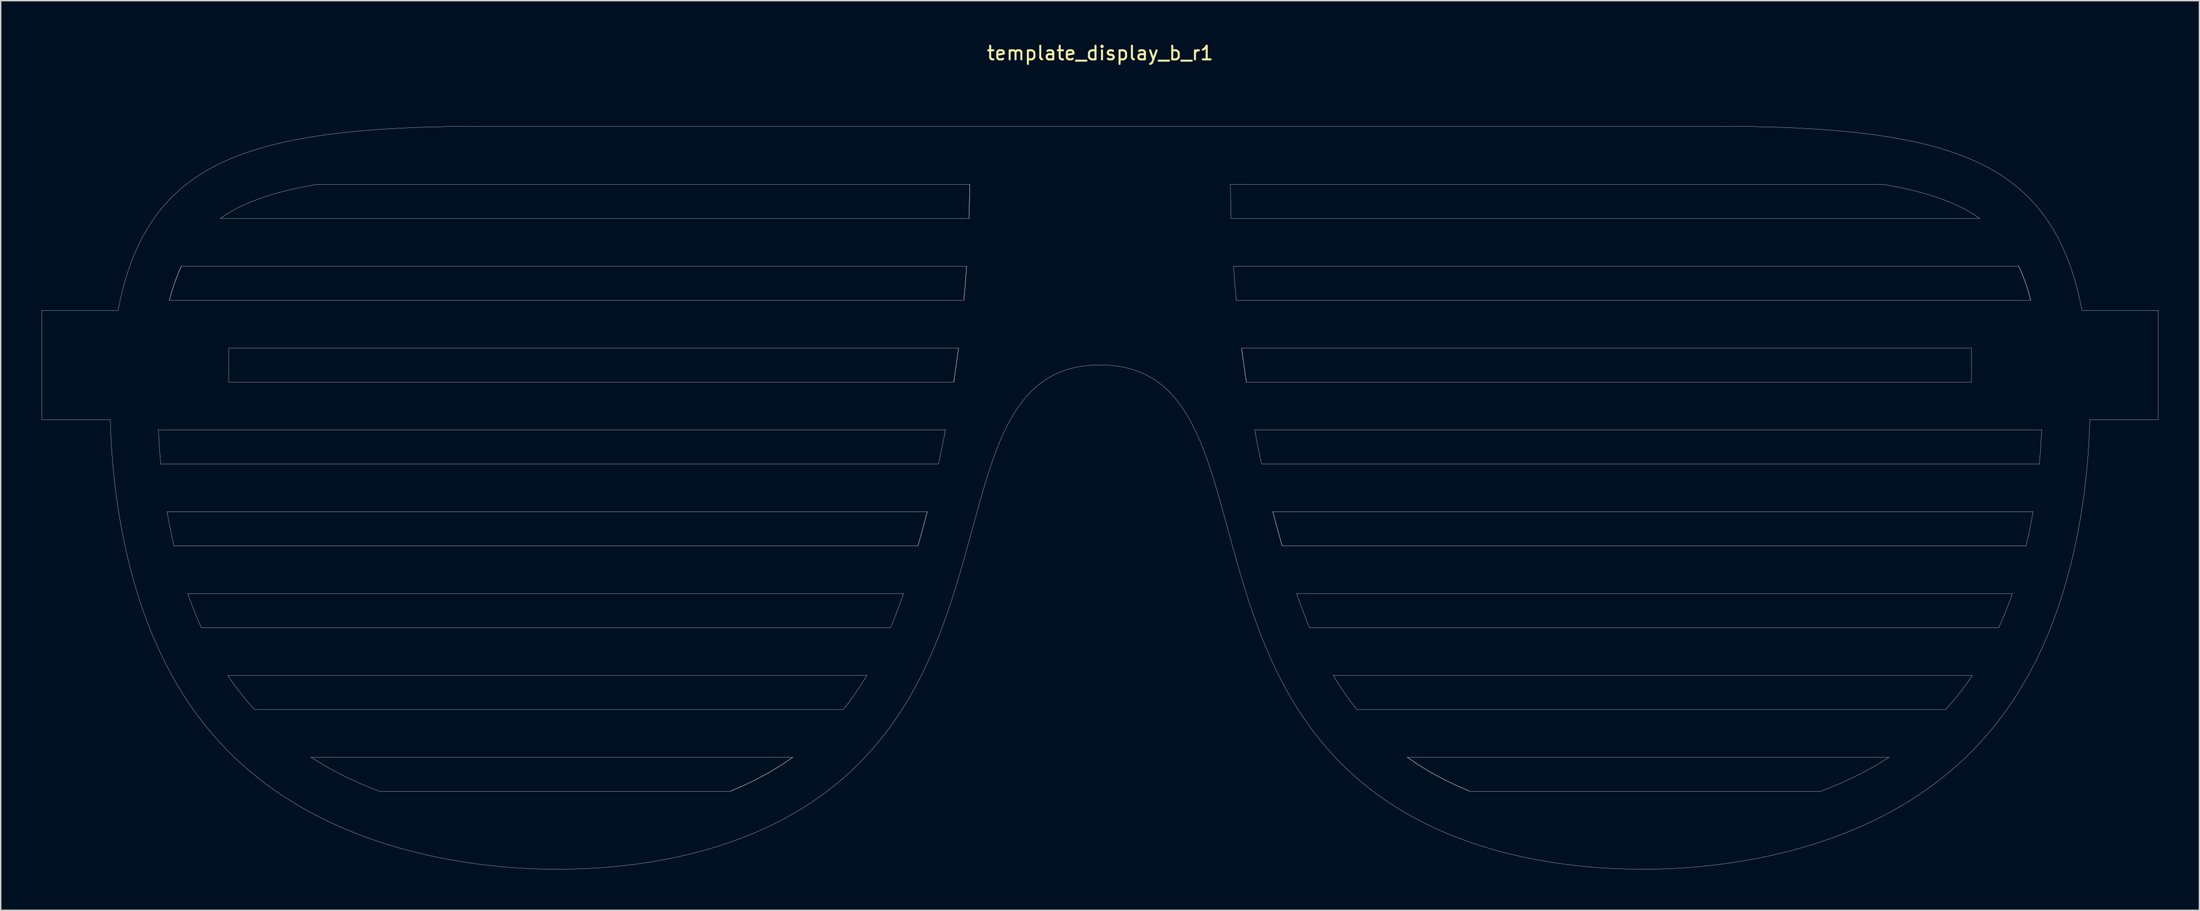
<source format=kicad_pcb>
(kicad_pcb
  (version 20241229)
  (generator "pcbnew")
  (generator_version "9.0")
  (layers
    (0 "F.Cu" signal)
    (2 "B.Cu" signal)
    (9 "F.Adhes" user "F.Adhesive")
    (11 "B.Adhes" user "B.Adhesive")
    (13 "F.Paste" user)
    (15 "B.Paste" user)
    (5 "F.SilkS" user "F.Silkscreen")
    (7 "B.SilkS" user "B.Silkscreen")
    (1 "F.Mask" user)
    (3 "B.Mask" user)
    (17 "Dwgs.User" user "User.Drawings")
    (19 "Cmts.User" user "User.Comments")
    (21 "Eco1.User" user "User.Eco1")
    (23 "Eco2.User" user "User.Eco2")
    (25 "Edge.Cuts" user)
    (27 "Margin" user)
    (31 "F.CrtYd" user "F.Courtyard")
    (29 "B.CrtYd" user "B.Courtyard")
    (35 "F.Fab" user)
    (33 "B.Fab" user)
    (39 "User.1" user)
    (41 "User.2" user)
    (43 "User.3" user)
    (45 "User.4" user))
  (footprint "template_display_b_r1"
    (layer "F.Cu")
    (at 77.51 23.708)
    (property "Reference" "template_display_b_r1" (at 0 -22.86 0) (unlocked yes) (layer "F.SilkS") (effects (font (size 1 1) (thickness 0.15))))
    (attr board_only exclude_from_pos_files exclude_from_bom)
    (fp_line (start -77.5 -4) (end -77.5 4) (stroke (width 0.02) (type solid)) (layer "Edge.Cuts"))
    (fp_line (start -77.5 4) (end -72.483 4) (stroke (width 0.02) (type solid)) (layer "Edge.Cuts"))
    (fp_line (start -71.913 -4) (end -77.5 -4) (stroke (width 0.02) (type solid)) (layer "Edge.Cuts"))
    (fp_line (start -68.957 4.75) (end -11.318 4.75) (stroke (width 0.02) (type solid)) (layer "Edge.Cuts"))
    (fp_line (start -68.326 10.75) (end -12.655 10.75) (stroke (width 0.02) (type solid)) (layer "Edge.Cuts"))
    (fp_line (start -67.275 -7.25) (end -9.772 -7.25) (stroke (width 0.02) (type solid)) (layer "Edge.Cuts"))
    (fp_line (start -66.814 16.75) (end -14.395 16.75) (stroke (width 0.02) (type solid)) (layer "Edge.Cuts"))
    (fp_line (start -63.886 22.75) (end -17.074 22.75) (stroke (width 0.02) (type solid)) (layer "Edge.Cuts"))
    (fp_line (start -63.81 -1.25) (end -10.36 -1.25) (stroke (width 0.02) (type solid)) (layer "Edge.Cuts"))
    (fp_line (start -63.81 1.25) (end -63.81 -1.25) (stroke (width 0.02) (type solid)) (layer "Edge.Cuts"))
    (fp_line (start -57.793 28.75) (end -22.499 28.75) (stroke (width 0.02) (type solid)) (layer "Edge.Cuts"))
    (fp_line (start -57.264 -13.25) (end -9.547 -13.25) (stroke (width 0.02) (type solid)) (layer "Edge.Cuts"))
    (fp_line (start -27.089 31.25) (end -52.777 31.25) (stroke (width 0.02) (type solid)) (layer "Edge.Cuts"))
    (fp_line (start -18.801 25.25) (end -61.932 25.25) (stroke (width 0.02) (type solid)) (layer "Edge.Cuts"))
    (fp_line (start -15.335 19.25) (end -65.82 19.25) (stroke (width 0.02) (type solid)) (layer "Edge.Cuts"))
    (fp_line (start -13.329 13.25) (end -67.82 13.25) (stroke (width 0.02) (type solid)) (layer "Edge.Cuts"))
    (fp_line (start -11.828 7.25) (end -68.788 7.25) (stroke (width 0.02) (type solid)) (layer "Edge.Cuts"))
    (fp_line (start -10.714 1.25) (end -63.81 1.25) (stroke (width 0.02) (type solid)) (layer "Edge.Cuts"))
    (fp_line (start -10.36 -1.25) (end -10.714 1.25) (stroke (width 0.02) (type solid)) (layer "Edge.Cuts"))
    (fp_line (start -9.973 -4.75) (end -68.158 -4.75) (stroke (width 0.02) (type solid)) (layer "Edge.Cuts"))
    (fp_line (start -9.597 -10.75) (end -64.416 -10.75) (stroke (width 0.02) (type solid)) (layer "Edge.Cuts"))
    (fp_line (start 9.547 -13.25) (end 57.264 -13.25) (stroke (width 0.02) (type solid)) (layer "Edge.Cuts"))
    (fp_line (start 9.772 -7.25) (end 67.275 -7.25) (stroke (width 0.02) (type solid)) (layer "Edge.Cuts"))
    (fp_line (start 10.36 -1.25) (end 10.714 1.25) (stroke (width 0.02) (type solid)) (layer "Edge.Cuts"))
    (fp_line (start 10.714 1.25) (end 63.81 1.25) (stroke (width 0.02) (type solid)) (layer "Edge.Cuts"))
    (fp_line (start 11.318 4.75) (end 68.957 4.75) (stroke (width 0.02) (type solid)) (layer "Edge.Cuts"))
    (fp_line (start 12.655 10.75) (end 68.326 10.75) (stroke (width 0.02) (type solid)) (layer "Edge.Cuts"))
    (fp_line (start 14.395 16.75) (end 66.814 16.75) (stroke (width 0.02) (type solid)) (layer "Edge.Cuts"))
    (fp_line (start 17.074 22.75) (end 63.886 22.75) (stroke (width 0.02) (type solid)) (layer "Edge.Cuts"))
    (fp_line (start 22.499 28.75) (end 57.793 28.75) (stroke (width 0.02) (type solid)) (layer "Edge.Cuts"))
    (fp_line (start 45 -17.5) (end -45 -17.5) (stroke (width 0.02) (type solid)) (layer "Edge.Cuts"))
    (fp_line (start 52.777 31.25) (end 27.089 31.25) (stroke (width 0.02) (type solid)) (layer "Edge.Cuts"))
    (fp_line (start 61.932 25.25) (end 18.801 25.25) (stroke (width 0.02) (type solid)) (layer "Edge.Cuts"))
    (fp_line (start 63.81 -1.25) (end 10.36 -1.25) (stroke (width 0.02) (type solid)) (layer "Edge.Cuts"))
    (fp_line (start 63.81 1.25) (end 63.81 -1.25) (stroke (width 0.02) (type solid)) (layer "Edge.Cuts"))
    (fp_line (start 64.416 -10.75) (end 9.597 -10.75) (stroke (width 0.02) (type solid)) (layer "Edge.Cuts"))
    (fp_line (start 65.82 19.25) (end 15.335 19.25) (stroke (width 0.02) (type solid)) (layer "Edge.Cuts"))
    (fp_line (start 67.82 13.25) (end 13.329 13.25) (stroke (width 0.02) (type solid)) (layer "Edge.Cuts"))
    (fp_line (start 68.158 -4.75) (end 9.973 -4.75) (stroke (width 0.02) (type solid)) (layer "Edge.Cuts"))
    (fp_line (start 68.788 7.25) (end 11.828 7.25) (stroke (width 0.02) (type solid)) (layer "Edge.Cuts"))
    (fp_line (start 72.483 4) (end 77.5 4) (stroke (width 0.02) (type solid)) (layer "Edge.Cuts"))
    (fp_line (start 77.5 -4) (end 71.913 -4) (stroke (width 0.02) (type solid)) (layer "Edge.Cuts"))
    (fp_line (start 77.5 4) (end 77.5 -4) (stroke (width 0.02) (type solid)) (layer "Edge.Cuts"))
    (fp_arc (start -12.655485 10.75) (mid -12.983999 12.002179) (end -13.328696 13.25) (stroke (width 0.02) (type solid)) (layer "Edge.Cuts"))
    (fp_arc (start -12.6552 10.749959) (mid -12.983724 12.00217) (end -13.328429 13.250024) (stroke (width 0.02) (type solid)) (layer "Edge.Cuts"))
    (fp_arc (start -11.317532 4.749961) (mid -11.564739 6.001609) (end -11.827894 7.250002) (stroke (width 0.02) (type solid)) (layer "Edge.Cuts"))
    (fp_arc (start -10.360143 -1.250001) (mid -10.529006 0.001113) (end -10.713652 1.249995) (stroke (width 0.02) (type solid)) (layer "Edge.Cuts"))
    (fp_arc (start -9.772347 -7.25) (mid -9.864838 -5.999371) (end -9.973006 -4.75) (stroke (width 0.02) (type solid)) (layer "Edge.Cuts"))
    (fp_arc (start -9.772073 -7.249997) (mid -9.864565 -5.999366) (end -9.972732 -4.749994) (stroke (width 0.02) (type solid)) (layer "Edge.Cuts"))
    (fp_arc (start -9.547087 -13.25) (mid -9.564278 -11.999844) (end -9.597101 -10.75) (stroke (width 0.02) (type solid)) (layer "Edge.Cuts"))
    (fp_arc (start -9.546813 -13.250001) (mid -9.564005 -11.999845) (end -9.596826 -10.750001) (stroke (width 0.02) (type solid)) (layer "Edge.Cuts"))
    (fp_arc (start 9.597101 -10.75) (mid 9.56428 -11.999844) (end 9.547087 -13.25) (stroke (width 0.02) (type solid)) (layer "Edge.Cuts"))
    (fp_arc (start 9.972659 -4.750776) (mid 9.864504 -6.000114) (end 9.772025 -7.25071) (stroke (width 0.02) (type solid)) (layer "Edge.Cuts"))
    (fp_arc (start 10.713697 1.250288) (mid 10.52901 0.00113) (end 10.360109 -1.250261) (stroke (width 0.02) (type solid)) (layer "Edge.Cuts"))
    (fp_arc (start 11.827931 7.250172) (mid 11.564775 6.00178) (end 11.317565 4.750132) (stroke (width 0.02) (type solid)) (layer "Edge.Cuts"))
    (fp_arc (start 13.328381 13.249856) (mid 12.983791 12.002423) (end 12.655373 10.750635) (stroke (width 0.02) (type solid)) (layer "Edge.Cuts"))
    (fp_arc (start 13.328696 13.25) (mid 12.983999 12.002179) (end 12.655485 10.75) (stroke (width 0.02) (type solid)) (layer "Edge.Cuts"))
    (fp_curve (pts (xy -72.483 4) (xy -72.432 6.152) (xy -72.243 8.332) (xy -71.918 10.466)) (stroke (width 0.02) (type solid)) (layer "Edge.Cuts"))
    (fp_curve (pts (xy -71.918 10.466) (xy -71.592 12.601) (xy -71.13 14.691) (xy -70.518 16.68)) (stroke (width 0.02) (type solid)) (layer "Edge.Cuts"))
    (fp_curve (pts (xy -70.518 16.68) (xy -69.294 20.664) (xy -67.465 24.227) (xy -64.913 27.164)) (stroke (width 0.02) (type solid)) (layer "Edge.Cuts"))
    (fp_curve (pts (xy -69.966 -9.663) (xy -70.914 -7.974) (xy -71.52 -6.059) (xy -71.913 -4)) (stroke (width 0.02) (type solid)) (layer "Edge.Cuts"))
    (fp_curve (pts (xy -68.894 5.925) (xy -68.92 5.533) (xy -68.941 5.141) (xy -68.957 4.75)) (stroke (width 0.02) (type solid)) (layer "Edge.Cuts"))
    (fp_curve (pts (xy -68.788 7.25) (xy -68.829 6.809) (xy -68.864 6.367) (xy -68.894 5.925)) (stroke (width 0.02) (type solid)) (layer "Edge.Cuts"))
    (fp_curve (pts (xy -68.158 -4.75) (xy -68.011 -5.315) (xy -67.842 -5.851) (xy -67.653 -6.352)) (stroke (width 0.02) (type solid)) (layer "Edge.Cuts"))
    (fp_curve (pts (xy -68.158 -4.75) (xy -67.919 -5.668) (xy -67.622 -6.508) (xy -67.275 -7.25)) (stroke (width 0.02) (type solid)) (layer "Edge.Cuts"))
    (fp_curve (pts (xy -67.82 13.25) (xy -68.013 12.432) (xy -68.181 11.596) (xy -68.326 10.75)) (stroke (width 0.02) (type solid)) (layer "Edge.Cuts"))
    (fp_curve (pts (xy -67.653 -6.352) (xy -67.534 -6.665) (xy -67.409 -6.964) (xy -67.275 -7.25)) (stroke (width 0.02) (type solid)) (layer "Edge.Cuts"))
    (fp_curve (pts (xy -66.622 17.287) (xy -66.687 17.11) (xy -66.751 16.931) (xy -66.814 16.75)) (stroke (width 0.02) (type solid)) (layer "Edge.Cuts"))
    (fp_curve (pts (xy -65.86 -13.99) (xy -67.72 -12.814) (xy -69.013 -11.352) (xy -69.966 -9.663)) (stroke (width 0.02) (type solid)) (layer "Edge.Cuts"))
    (fp_curve (pts (xy -65.82 19.25) (xy -66.107 18.617) (xy -66.374 17.963) (xy -66.622 17.287)) (stroke (width 0.02) (type solid)) (layer "Edge.Cuts"))
    (fp_curve (pts (xy -64.913 27.164) (xy -62.367 30.106) (xy -59.083 32.438) (xy -55.101 34.094)) (stroke (width 0.02) (type solid)) (layer "Edge.Cuts"))
    (fp_curve (pts (xy -64.416 -10.75) (xy -63.411 -11.47) (xy -62.081 -12.107) (xy -60.147 -12.637)) (stroke (width 0.02) (type solid)) (layer "Edge.Cuts"))
    (fp_curve (pts (xy -61.932 25.25) (xy -62.641 24.471) (xy -63.292 23.638) (xy -63.886 22.75)) (stroke (width 0.02) (type solid)) (layer "Edge.Cuts"))
    (fp_curve (pts (xy -60.147 -12.637) (xy -59.307 -12.87) (xy -58.345 -13.074) (xy -57.264 -13.25)) (stroke (width 0.02) (type solid)) (layer "Edge.Cuts"))
    (fp_curve (pts (xy -58.231 -16.64) (xy -61.568 -16.058) (xy -63.996 -15.167) (xy -65.86 -13.99)) (stroke (width 0.02) (type solid)) (layer "Edge.Cuts"))
    (fp_curve (pts (xy -55.101 34.094) (xy -53.113 34.922) (xy -50.955 35.582) (xy -48.662 36.061)) (stroke (width 0.02) (type solid)) (layer "Edge.Cuts"))
    (fp_curve (pts (xy -52.777 31.25) (xy -54.63 30.557) (xy -56.3 29.72) (xy -57.793 28.75)) (stroke (width 0.02) (type solid)) (layer "Edge.Cuts"))
    (fp_curve (pts (xy -48.662 36.061) (xy -46.37 36.54) (xy -43.942 36.839) (xy -41.441 36.935)) (stroke (width 0.02) (type solid)) (layer "Edge.Cuts"))
    (fp_curve (pts (xy -45 -17.5) (xy -50.641 -17.501) (xy -54.89 -17.225) (xy -58.231 -16.64)) (stroke (width 0.02) (type solid)) (layer "Edge.Cuts"))
    (fp_curve (pts (xy -41.441 36.935) (xy -38.941 37.03) (xy -36.368 36.922) (xy -33.818 36.571)) (stroke (width 0.02) (type solid)) (layer "Edge.Cuts"))
    (fp_curve (pts (xy -33.818 36.571) (xy -31.268 36.219) (xy -28.744 35.622) (xy -26.369 34.726)) (stroke (width 0.02) (type solid)) (layer "Edge.Cuts"))
    (fp_curve (pts (xy -26.435 30.976) (xy -26.651 31.07) (xy -26.869 31.162) (xy -27.089 31.25)) (stroke (width 0.02) (type solid)) (layer "Edge.Cuts"))
    (fp_curve (pts (xy -26.369 34.726) (xy -23.992 33.83) (xy -21.767 32.632) (xy -19.798 31.102)) (stroke (width 0.02) (type solid)) (layer "Edge.Cuts"))
    (fp_curve (pts (xy -22.499 28.75) (xy -23.704 29.618) (xy -25.017 30.356) (xy -26.435 30.976)) (stroke (width 0.02) (type solid)) (layer "Edge.Cuts"))
    (fp_curve (pts (xy -22.499 28.75) (xy -23.886 29.75) (xy -25.419 30.578) (xy -27.089 31.25)) (stroke (width 0.02) (type solid)) (layer "Edge.Cuts"))
    (fp_curve (pts (xy -19.798 31.102) (xy -17.826 29.575) (xy -16.114 27.713) (xy -14.695 25.552)) (stroke (width 0.02) (type solid)) (layer "Edge.Cuts"))
    (fp_curve (pts (xy -18.42 24.763) (xy -18.545 24.928) (xy -18.672 25.09) (xy -18.801 25.25)) (stroke (width 0.02) (type solid)) (layer "Edge.Cuts"))
    (fp_curve (pts (xy -17.074 22.75) (xy -17.495 23.461) (xy -17.943 24.133) (xy -18.42 24.763)) (stroke (width 0.02) (type solid)) (layer "Edge.Cuts"))
    (fp_curve (pts (xy -14.695 25.552) (xy -13.272 23.396) (xy -12.146 20.938) (xy -11.234 18.321)) (stroke (width 0.02) (type solid)) (layer "Edge.Cuts"))
    (fp_curve (pts (xy -14.449 16.91) (xy -14.727 17.718) (xy -15.022 18.499) (xy -15.336 19.25)) (stroke (width 0.02) (type solid)) (layer "Edge.Cuts"))
    (fp_curve (pts (xy -14.394 16.75) (xy -14.413 16.803) (xy -14.431 16.857) (xy -14.449 16.91)) (stroke (width 0.02) (type solid)) (layer "Edge.Cuts"))
    (fp_curve (pts (xy -11.234 18.321) (xy -10.316 15.709) (xy -9.614 12.935) (xy -8.879 10.289)) (stroke (width 0.02) (type solid)) (layer "Edge.Cuts"))
    (fp_curve (pts (xy -8.879 10.289) (xy -8.135 7.649) (xy -7.36 5.133) (xy -6.084 3.219)) (stroke (width 0.02) (type solid)) (layer "Edge.Cuts"))
    (fp_curve (pts (xy -6.084 3.219) (xy -5.444 2.264) (xy -4.674 1.463) (xy -3.691 0.897)) (stroke (width 0.02) (type solid)) (layer "Edge.Cuts"))
    (fp_curve (pts (xy -3.691 0.897) (xy -2.707 0.331) (xy -1.511 0.00029) (xy 0 0)) (stroke (width 0.02) (type solid)) (layer "Edge.Cuts"))
    (fp_curve (pts (xy 0 0) (xy 1.511 0.00029) (xy 2.707 0.331) (xy 3.691 0.897)) (stroke (width 0.02) (type solid)) (layer "Edge.Cuts"))
    (fp_curve (pts (xy 3.691 0.897) (xy 4.674 1.463) (xy 5.444 2.264) (xy 6.084 3.219)) (stroke (width 0.02) (type solid)) (layer "Edge.Cuts"))
    (fp_curve (pts (xy 6.084 3.219) (xy 7.36 5.133) (xy 8.135 7.649) (xy 8.879 10.289)) (stroke (width 0.02) (type solid)) (layer "Edge.Cuts"))
    (fp_curve (pts (xy 8.879 10.289) (xy 9.614 12.935) (xy 10.316 15.709) (xy 11.234 18.321)) (stroke (width 0.02) (type solid)) (layer "Edge.Cuts"))
    (fp_curve (pts (xy 11.234 18.321) (xy 12.146 20.938) (xy 13.272 23.396) (xy 14.695 25.552)) (stroke (width 0.02) (type solid)) (layer "Edge.Cuts"))
    (fp_curve (pts (xy 14.449 16.91) (xy 14.431 16.857) (xy 14.413 16.803) (xy 14.394 16.75)) (stroke (width 0.02) (type solid)) (layer "Edge.Cuts"))
    (fp_curve (pts (xy 14.695 25.552) (xy 16.114 27.713) (xy 17.826 29.575) (xy 19.798 31.102)) (stroke (width 0.02) (type solid)) (layer "Edge.Cuts"))
    (fp_curve (pts (xy 15.336 19.25) (xy 15.022 18.499) (xy 14.727 17.718) (xy 14.449 16.91)) (stroke (width 0.02) (type solid)) (layer "Edge.Cuts"))
    (fp_curve (pts (xy 18.42 24.763) (xy 17.943 24.133) (xy 17.495 23.461) (xy 17.074 22.75)) (stroke (width 0.02) (type solid)) (layer "Edge.Cuts"))
    (fp_curve (pts (xy 18.801 25.25) (xy 18.672 25.09) (xy 18.545 24.928) (xy 18.42 24.763)) (stroke (width 0.02) (type solid)) (layer "Edge.Cuts"))
    (fp_curve (pts (xy 19.798 31.102) (xy 21.767 32.632) (xy 23.992 33.83) (xy 26.369 34.726)) (stroke (width 0.02) (type solid)) (layer "Edge.Cuts"))
    (fp_curve (pts (xy 26.369 34.726) (xy 28.744 35.622) (xy 31.268 36.219) (xy 33.818 36.571)) (stroke (width 0.02) (type solid)) (layer "Edge.Cuts"))
    (fp_curve (pts (xy 26.435 30.976) (xy 25.017 30.356) (xy 23.704 29.618) (xy 22.499 28.75)) (stroke (width 0.02) (type solid)) (layer "Edge.Cuts"))
    (fp_curve (pts (xy 27.089 31.25) (xy 25.419 30.578) (xy 23.886 29.75) (xy 22.499 28.75)) (stroke (width 0.02) (type solid)) (layer "Edge.Cuts"))
    (fp_curve (pts (xy 27.089 31.25) (xy 26.869 31.162) (xy 26.651 31.07) (xy 26.435 30.976)) (stroke (width 0.02) (type solid)) (layer "Edge.Cuts"))
    (fp_curve (pts (xy 33.818 36.571) (xy 36.368 36.922) (xy 38.941 37.03) (xy 41.441 36.935)) (stroke (width 0.02) (type solid)) (layer "Edge.Cuts"))
    (fp_curve (pts (xy 41.441 36.935) (xy 43.942 36.839) (xy 46.37 36.54) (xy 48.662 36.061)) (stroke (width 0.02) (type solid)) (layer "Edge.Cuts"))
    (fp_curve (pts (xy 48.662 36.061) (xy 50.955 35.582) (xy 53.113 34.922) (xy 55.101 34.094)) (stroke (width 0.02) (type solid)) (layer "Edge.Cuts"))
    (fp_curve (pts (xy 55.101 34.094) (xy 59.083 32.438) (xy 62.367 30.106) (xy 64.913 27.164)) (stroke (width 0.02) (type solid)) (layer "Edge.Cuts"))
    (fp_curve (pts (xy 57.264 -13.25) (xy 58.345 -13.074) (xy 59.307 -12.87) (xy 60.147 -12.637)) (stroke (width 0.02) (type solid)) (layer "Edge.Cuts"))
    (fp_curve (pts (xy 57.793 28.75) (xy 56.3 29.72) (xy 54.63 30.557) (xy 52.777 31.25)) (stroke (width 0.02) (type solid)) (layer "Edge.Cuts"))
    (fp_curve (pts (xy 58.231 -16.64) (xy 54.89 -17.225) (xy 50.641 -17.501) (xy 45 -17.5)) (stroke (width 0.02) (type solid)) (layer "Edge.Cuts"))
    (fp_curve (pts (xy 60.147 -12.637) (xy 62.081 -12.107) (xy 63.411 -11.47) (xy 64.416 -10.75)) (stroke (width 0.02) (type solid)) (layer "Edge.Cuts"))
    (fp_curve (pts (xy 63.886 22.75) (xy 63.292 23.638) (xy 62.641 24.471) (xy 61.932 25.25)) (stroke (width 0.02) (type solid)) (layer "Edge.Cuts"))
    (fp_curve (pts (xy 64.913 27.164) (xy 67.465 24.227) (xy 69.294 20.664) (xy 70.518 16.68)) (stroke (width 0.02) (type solid)) (layer "Edge.Cuts"))
    (fp_curve (pts (xy 65.86 -13.99) (xy 63.996 -15.167) (xy 61.568 -16.058) (xy 58.231 -16.64)) (stroke (width 0.02) (type solid)) (layer "Edge.Cuts"))
    (fp_curve (pts (xy 66.622 17.287) (xy 66.374 17.963) (xy 66.107 18.617) (xy 65.82 19.25)) (stroke (width 0.02) (type solid)) (layer "Edge.Cuts"))
    (fp_curve (pts (xy 66.814 16.75) (xy 66.751 16.931) (xy 66.687 17.11) (xy 66.622 17.287)) (stroke (width 0.02) (type solid)) (layer "Edge.Cuts"))
    (fp_curve (pts (xy 67.275 -7.25) (xy 67.409 -6.964) (xy 67.534 -6.665) (xy 67.653 -6.352)) (stroke (width 0.02) (type solid)) (layer "Edge.Cuts"))
    (fp_curve (pts (xy 67.275 -7.25) (xy 67.622 -6.508) (xy 67.919 -5.668) (xy 68.158 -4.75)) (stroke (width 0.02) (type solid)) (layer "Edge.Cuts"))
    (fp_curve (pts (xy 67.653 -6.352) (xy 67.842 -5.851) (xy 68.011 -5.315) (xy 68.158 -4.75)) (stroke (width 0.02) (type solid)) (layer "Edge.Cuts"))
    (fp_curve (pts (xy 68.326 10.75) (xy 68.181 11.596) (xy 68.013 12.432) (xy 67.82 13.25)) (stroke (width 0.02) (type solid)) (layer "Edge.Cuts"))
    (fp_curve (pts (xy 68.894 5.925) (xy 68.864 6.367) (xy 68.829 6.809) (xy 68.788 7.25)) (stroke (width 0.02) (type solid)) (layer "Edge.Cuts"))
    (fp_curve (pts (xy 68.957 4.75) (xy 68.941 5.141) (xy 68.92 5.533) (xy 68.894 5.925)) (stroke (width 0.02) (type solid)) (layer "Edge.Cuts"))
    (fp_curve (pts (xy 69.966 -9.663) (xy 69.013 -11.352) (xy 67.72 -12.814) (xy 65.86 -13.99)) (stroke (width 0.02) (type solid)) (layer "Edge.Cuts"))
    (fp_curve (pts (xy 70.518 16.68) (xy 71.13 14.691) (xy 71.592 12.601) (xy 71.918 10.466)) (stroke (width 0.02) (type solid)) (layer "Edge.Cuts"))
    (fp_curve (pts (xy 71.913 -4) (xy 71.52 -6.059) (xy 70.914 -7.974) (xy 69.966 -9.663)) (stroke (width 0.02) (type solid)) (layer "Edge.Cuts"))
    (fp_curve (pts (xy 71.918 10.466) (xy 72.243 8.332) (xy 72.432 6.152) (xy 72.483 4)) (stroke (width 0.02) (type solid)) (layer "Edge.Cuts")))
  (gr_rect
    (start -3 -3)
    (end 158.02 63.685)
    (stroke (width 0.1) (type default))
    (fill no)
    (layer "Edge.Cuts")))
</source>
